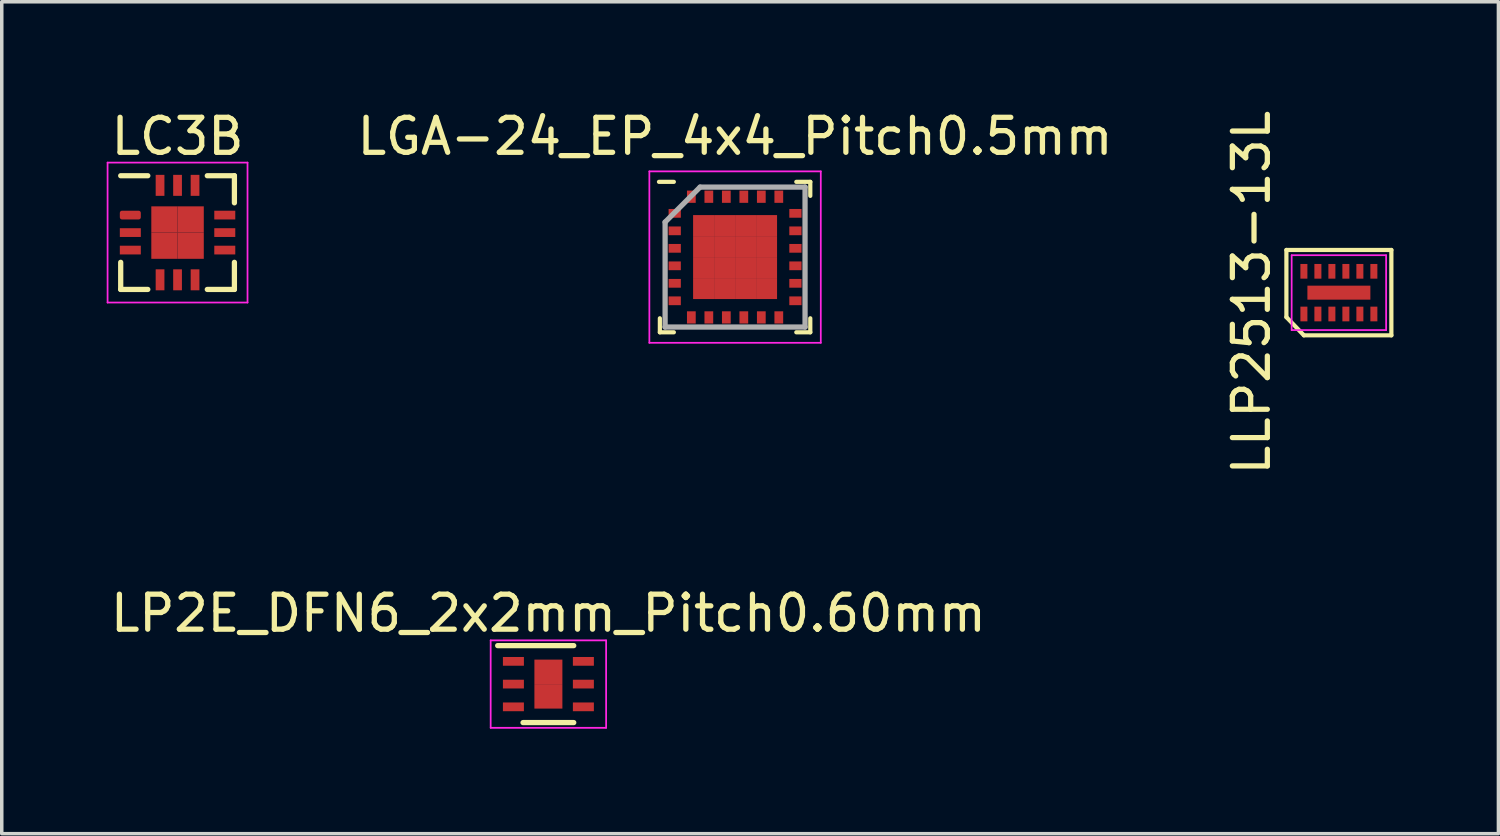
<source format=kicad_pcb>
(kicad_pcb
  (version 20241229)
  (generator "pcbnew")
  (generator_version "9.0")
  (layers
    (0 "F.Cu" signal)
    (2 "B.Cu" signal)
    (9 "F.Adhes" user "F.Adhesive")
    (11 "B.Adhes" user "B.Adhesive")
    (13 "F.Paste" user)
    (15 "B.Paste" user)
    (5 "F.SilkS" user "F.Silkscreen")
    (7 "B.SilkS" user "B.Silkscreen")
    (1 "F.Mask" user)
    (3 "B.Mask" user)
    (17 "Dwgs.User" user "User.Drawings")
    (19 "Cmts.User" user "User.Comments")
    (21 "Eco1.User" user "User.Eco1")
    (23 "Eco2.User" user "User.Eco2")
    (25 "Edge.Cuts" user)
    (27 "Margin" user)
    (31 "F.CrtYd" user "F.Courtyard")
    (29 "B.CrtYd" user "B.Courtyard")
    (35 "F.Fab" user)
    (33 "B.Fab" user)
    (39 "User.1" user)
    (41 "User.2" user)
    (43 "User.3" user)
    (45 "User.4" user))
  (footprint "LP2E_DFN6_2x2mm_Pitch0.60mm"
    (layer "F.Cu")
    (at 12.625 16.504)
    (property "Reference" "LP2E_DFN6_2x2mm_Pitch0.60mm" (at 0 -2.025 0) (layer "F.SilkS") (effects (font (size 1 1) (thickness 0.15))))
    (attr smd)
    (fp_line (start -1.45 -1.1) (end 0.725 -1.1) (stroke (width 0.15) (type solid)) (layer "F.SilkS"))
    (fp_line (start -0.725 1.1) (end 0.725 1.1) (stroke (width 0.15) (type solid)) (layer "F.SilkS"))
    (fp_line (start -1.65 -1.25) (end -1.65 1.25) (stroke (width 0.05) (type solid)) (layer "F.CrtYd"))
    (fp_line (start -1.65 -1.25) (end 1.65 -1.25) (stroke (width 0.05) (type solid)) (layer "F.CrtYd"))
    (fp_line (start -1.65 1.25) (end 1.65 1.25) (stroke (width 0.05) (type solid)) (layer "F.CrtYd"))
    (fp_line (start 1.65 -1.25) (end 1.65 1.25) (stroke (width 0.05) (type solid)) (layer "F.CrtYd"))
    (pad "1" smd rect (at -1 -0.65) (size 0.6 0.25) (layers "F.Cu" "F.Mask" "F.Paste"))
    (pad "2" smd rect (at -1 0) (size 0.6 0.25) (layers "F.Cu" "F.Mask" "F.Paste"))
    (pad "3" smd rect (at -1 0.65) (size 0.6 0.25) (layers "F.Cu" "F.Mask" "F.Paste"))
    (pad "4" smd rect (at 1 0.65) (size 0.6 0.25) (layers "F.Cu" "F.Mask" "F.Paste"))
    (pad "5" smd rect (at 1 0) (size 0.6 0.25) (layers "F.Cu" "F.Mask" "F.Paste"))
    (pad "6" smd rect (at 1 -0.65) (size 0.6 0.25) (layers "F.Cu" "F.Mask" "F.Paste"))
    (pad "7" smd rect (at 0 -0.35) (size 0.8 0.7) (layers "F.Cu" "F.Mask" "F.Paste"))
    (pad "7" smd rect (at 0 0.35) (size 0.8 0.7) (layers "F.Cu" "F.Mask" "F.Paste")))
  (footprint "LC3B"
    (layer "F.Cu")
    (at 2.025 3.598)
    (property "Reference" "LC3B" (at 0 -2.75 0) (layer "F.SilkS") (effects (font (size 1 1) (thickness 0.15))))
    (attr smd)
    (fp_line (start -1.625 -1.625) (end -0.85 -1.625) (stroke (width 0.15) (type solid)) (layer "F.SilkS"))
    (fp_line (start -1.625 1.625) (end -1.625 0.85) (stroke (width 0.15) (type solid)) (layer "F.SilkS"))
    (fp_line (start -1.625 1.625) (end -0.85 1.625) (stroke (width 0.15) (type solid)) (layer "F.SilkS"))
    (fp_line (start 1.625 -1.625) (end 0.85 -1.625) (stroke (width 0.15) (type solid)) (layer "F.SilkS"))
    (fp_line (start 1.625 -1.625) (end 1.625 -0.85) (stroke (width 0.15) (type solid)) (layer "F.SilkS"))
    (fp_line (start 1.625 1.625) (end 0.85 1.625) (stroke (width 0.15) (type solid)) (layer "F.SilkS"))
    (fp_line (start 1.625 1.625) (end 1.625 0.85) (stroke (width 0.15) (type solid)) (layer "F.SilkS"))
    (fp_line (start -2 -2) (end -2 2) (stroke (width 0.05) (type solid)) (layer "F.CrtYd"))
    (fp_line (start -2 -2) (end 2 -2) (stroke (width 0.05) (type solid)) (layer "F.CrtYd"))
    (fp_line (start -2 2) (end 2 2) (stroke (width 0.05) (type solid)) (layer "F.CrtYd"))
    (fp_line (start 2 -2) (end 2 2) (stroke (width 0.05) (type solid)) (layer "F.CrtYd"))
    (pad "1" smd roundrect (at -1.35 -0.5) (size 0.6 0.25) (layers "F.Cu" "F.Mask" "F.Paste") (roundrect_rratio 0.25))
    (pad "2" smd rect (at -1.35 0) (size 0.6 0.25) (layers "F.Cu" "F.Mask" "F.Paste"))
    (pad "3" smd rect (at -1.35 0.5) (size 0.6 0.25) (layers "F.Cu" "F.Mask" "F.Paste"))
    (pad "4" smd rect (at -0.5 1.35 90) (size 0.6 0.25) (layers "F.Cu" "F.Mask" "F.Paste"))
    (pad "5" smd rect (at 0 1.35 90) (size 0.6 0.25) (layers "F.Cu" "F.Mask" "F.Paste"))
    (pad "6" smd rect (at 0.5 1.35 90) (size 0.6 0.25) (layers "F.Cu" "F.Mask" "F.Paste"))
    (pad "7" smd rect (at 1.35 0.5) (size 0.6 0.25) (layers "F.Cu" "F.Mask" "F.Paste"))
    (pad "8" smd rect (at 1.35 0) (size 0.6 0.25) (layers "F.Cu" "F.Mask" "F.Paste"))
    (pad "9" smd rect (at 1.35 -0.5) (size 0.6 0.25) (layers "F.Cu" "F.Mask" "F.Paste"))
    (pad "10" smd rect (at 0.5 -1.35 90) (size 0.6 0.25) (layers "F.Cu" "F.Mask" "F.Paste"))
    (pad "11" smd rect (at 0 -1.35 90) (size 0.6 0.25) (layers "F.Cu" "F.Mask" "F.Paste"))
    (pad "12" smd rect (at -0.5 -1.35 90) (size 0.6 0.25) (layers "F.Cu" "F.Mask" "F.Paste"))
    (pad "13" smd rect (at -0.375 -0.375) (size 0.75 0.75) (layers "F.Cu" "F.Mask" "F.Paste"))
    (pad "13" smd rect (at -0.375 0.375) (size 0.75 0.75) (layers "F.Cu" "F.Mask" "F.Paste"))
    (pad "13" smd rect (at 0.375 -0.375) (size 0.75 0.75) (layers "F.Cu" "F.Mask" "F.Paste"))
    (pad "13" smd rect (at 0.375 0.375) (size 0.75 0.75) (layers "F.Cu" "F.Mask" "F.Paste")))
  (footprint "LGA-24_EP_4x4_Pitch0.5mm"
    (layer "F.Cu")
    (at 17.961 4.298)
    (property "Reference" "LGA-24_EP_4x4_Pitch0.5mm" (at 0 -3.45 0) (layer "F.SilkS") (effects (font (size 1 1) (thickness 0.15))))
    (attr smd)
    (fp_line (start -2.15 2.15) (end -2.15 1.75) (stroke (width 0.12) (type solid)) (layer "F.SilkS"))
    (fp_line (start -1.75 -2.15) (end -2.175 -2.15) (stroke (width 0.12) (type solid)) (layer "F.SilkS"))
    (fp_line (start -1.75 2.15) (end -2.15 2.15) (stroke (width 0.12) (type solid)) (layer "F.SilkS"))
    (fp_line (start 1.75 -2.15) (end 2.15 -2.15) (stroke (width 0.12) (type solid)) (layer "F.SilkS"))
    (fp_line (start 1.75 2.15) (end 2.15 2.15) (stroke (width 0.12) (type solid)) (layer "F.SilkS"))
    (fp_line (start 2.15 -2.15) (end 2.15 -1.75) (stroke (width 0.12) (type solid)) (layer "F.SilkS"))
    (fp_line (start 2.15 2.15) (end 2.15 1.75) (stroke (width 0.12) (type solid)) (layer "F.SilkS"))
    (fp_line (start -2.45 -2.45) (end 2.45 -2.45) (stroke (width 0.05) (type solid)) (layer "F.CrtYd"))
    (fp_line (start -2.45 2.45) (end -2.45 -2.45) (stroke (width 0.05) (type solid)) (layer "F.CrtYd"))
    (fp_line (start 2.45 -2.45) (end 2.45 2.45) (stroke (width 0.05) (type solid)) (layer "F.CrtYd"))
    (fp_line (start 2.45 2.45) (end -2.45 2.45) (stroke (width 0.05) (type solid)) (layer "F.CrtYd"))
    (fp_line (start -2 -1) (end -2 2) (stroke (width 0.15) (type solid)) (layer "F.Fab"))
    (fp_line (start -2 2) (end 2 2) (stroke (width 0.15) (type solid)) (layer "F.Fab"))
    (fp_line (start -1 -2) (end -2 -1) (stroke (width 0.15) (type solid)) (layer "F.Fab"))
    (fp_line (start 2 -2) (end -1 -2) (stroke (width 0.15) (type solid)) (layer "F.Fab"))
    (fp_line (start 2 2) (end 2 -2) (stroke (width 0.15) (type solid)) (layer "F.Fab"))
    (pad "1" smd rect (at -1.725 -1.25 90) (size 0.25 0.35) (layers "F.Cu" "F.Mask" "F.Paste"))
    (pad "2" smd rect (at -1.725 -0.75 90) (size 0.25 0.35) (layers "F.Cu" "F.Mask" "F.Paste"))
    (pad "3" smd rect (at -1.725 -0.25 90) (size 0.25 0.35) (layers "F.Cu" "F.Mask" "F.Paste"))
    (pad "4" smd rect (at -1.725 0.25 90) (size 0.25 0.35) (layers "F.Cu" "F.Mask" "F.Paste"))
    (pad "5" smd rect (at -1.725 0.75 90) (size 0.25 0.35) (layers "F.Cu" "F.Mask" "F.Paste"))
    (pad "6" smd rect (at -1.725 1.25 90) (size 0.25 0.35) (layers "F.Cu" "F.Mask" "F.Paste"))
    (pad "7" smd rect (at -1.25 1.725) (size 0.25 0.35) (layers "F.Cu" "F.Mask" "F.Paste"))
    (pad "8" smd rect (at -0.75 1.725) (size 0.25 0.35) (layers "F.Cu" "F.Mask" "F.Paste"))
    (pad "9" smd rect (at -0.25 1.725) (size 0.25 0.35) (layers "F.Cu" "F.Mask" "F.Paste"))
    (pad "10" smd rect (at 0.25 1.725) (size 0.25 0.35) (layers "F.Cu" "F.Mask" "F.Paste"))
    (pad "11" smd rect (at 0.75 1.725) (size 0.25 0.35) (layers "F.Cu" "F.Mask" "F.Paste"))
    (pad "12" smd rect (at 1.25 1.725) (size 0.25 0.35) (layers "F.Cu" "F.Mask" "F.Paste"))
    (pad "13" smd rect (at 1.725 1.25 90) (size 0.25 0.35) (layers "F.Cu" "F.Mask" "F.Paste"))
    (pad "14" smd rect (at 1.725 0.75 90) (size 0.25 0.35) (layers "F.Cu" "F.Mask" "F.Paste"))
    (pad "15" smd rect (at 1.725 0.25 90) (size 0.25 0.35) (layers "F.Cu" "F.Mask" "F.Paste"))
    (pad "16" smd rect (at 1.725 -0.25 90) (size 0.25 0.35) (layers "F.Cu" "F.Mask" "F.Paste"))
    (pad "17" smd rect (at 1.725 -0.75 90) (size 0.25 0.35) (layers "F.Cu" "F.Mask" "F.Paste"))
    (pad "18" smd rect (at 1.725 -1.25 90) (size 0.25 0.35) (layers "F.Cu" "F.Mask" "F.Paste"))
    (pad "19" smd rect (at 1.25 -1.725) (size 0.25 0.35) (layers "F.Cu" "F.Mask" "F.Paste"))
    (pad "20" smd rect (at 0.75 -1.725) (size 0.25 0.35) (layers "F.Cu" "F.Mask" "F.Paste"))
    (pad "21" smd rect (at 0.25 -1.725) (size 0.25 0.35) (layers "F.Cu" "F.Mask" "F.Paste"))
    (pad "22" smd rect (at -0.25 -1.725) (size 0.25 0.35) (layers "F.Cu" "F.Mask" "F.Paste"))
    (pad "23" smd rect (at -0.75 -1.725) (size 0.25 0.35) (layers "F.Cu" "F.Mask" "F.Paste"))
    (pad "24" smd rect (at -1.25 -1.725) (size 0.25 0.35) (layers "F.Cu" "F.Mask" "F.Paste"))
    (pad "25" smd rect (at -0.9 -0.9) (size 0.6 0.6) (layers "F.Cu" "F.Mask" "F.Paste"))
    (pad "25" smd rect (at -0.9 -0.3) (size 0.6 0.6) (layers "F.Cu" "F.Mask" "F.Paste"))
    (pad "25" smd rect (at -0.9 0.3) (size 0.6 0.6) (layers "F.Cu" "F.Mask" "F.Paste"))
    (pad "25" smd rect (at -0.9 0.9) (size 0.6 0.6) (layers "F.Cu" "F.Mask" "F.Paste"))
    (pad "25" smd rect (at -0.3 -0.9) (size 0.6 0.6) (layers "F.Cu" "F.Mask" "F.Paste"))
    (pad "25" smd rect (at -0.3 -0.3) (size 0.6 0.6) (layers "F.Cu" "F.Mask" "F.Paste"))
    (pad "25" smd rect (at -0.3 0.3) (size 0.6 0.6) (layers "F.Cu" "F.Mask" "F.Paste"))
    (pad "25" smd rect (at -0.3 0.9) (size 0.6 0.6) (layers "F.Cu" "F.Mask" "F.Paste"))
    (pad "25" smd rect (at 0.3 -0.9) (size 0.6 0.6) (layers "F.Cu" "F.Mask" "F.Paste"))
    (pad "25" smd rect (at 0.3 -0.3) (size 0.6 0.6) (layers "F.Cu" "F.Mask" "F.Paste"))
    (pad "25" smd rect (at 0.3 0.3) (size 0.6 0.6) (layers "F.Cu" "F.Mask" "F.Paste"))
    (pad "25" smd rect (at 0.3 0.9) (size 0.6 0.6) (layers "F.Cu" "F.Mask" "F.Paste"))
    (pad "25" smd rect (at 0.9 -0.9) (size 0.6 0.6) (layers "F.Cu" "F.Mask" "F.Paste"))
    (pad "25" smd rect (at 0.9 -0.3) (size 0.6 0.6) (layers "F.Cu" "F.Mask" "F.Paste"))
    (pad "25" smd rect (at 0.9 0.3) (size 0.6 0.6) (layers "F.Cu" "F.Mask" "F.Paste"))
    (pad "25" smd rect (at 0.9 0.9) (size 0.6 0.6) (layers "F.Cu" "F.Mask" "F.Paste")))
  (footprint "LLP2513-13L"
    (layer "F.Cu")
    (at 35.22 5.315)
    (property "Reference" "LLP2513-13L" (at -2.5 0 90) (layer "F.SilkS") (effects (font (size 1 1) (thickness 0.15))))
    (attr smd)
    (fp_line (start -1.5 -1.22) (end 1.5 -1.22) (stroke (width 0.12) (type solid)) (layer "F.SilkS"))
    (fp_line (start -1.5 0.7) (end -1.5 -1.22) (stroke (width 0.12) (type solid)) (layer "F.SilkS"))
    (fp_line (start -1 1.22) (end -1.5 0.7) (stroke (width 0.12) (type solid)) (layer "F.SilkS"))
    (fp_line (start 1.5 -1.22) (end 1.5 1.22) (stroke (width 0.12) (type solid)) (layer "F.SilkS"))
    (fp_line (start 1.5 1.22) (end -1 1.22) (stroke (width 0.12) (type solid)) (layer "F.SilkS"))
    (fp_line (start -1.35 -1.07) (end 1.35 -1.07) (stroke (width 0.05) (type solid)) (layer "F.CrtYd"))
    (fp_line (start -1.35 1.07) (end -1.35 -1.07) (stroke (width 0.05) (type solid)) (layer "F.CrtYd"))
    (fp_line (start 1.35 -1.07) (end 1.35 1.07) (stroke (width 0.05) (type solid)) (layer "F.CrtYd"))
    (fp_line (start 1.35 1.07) (end -1.35 1.07) (stroke (width 0.05) (type solid)) (layer "F.CrtYd"))
    (pad "1" smd rect (at -1 0.61) (size 0.2 0.42) (layers "F.Cu" "F.Mask" "F.Paste"))
    (pad "2" smd rect (at -0.6 0.61) (size 0.2 0.42) (layers "F.Cu" "F.Mask" "F.Paste"))
    (pad "3" smd rect (at -0.2 0.61) (size 0.2 0.42) (layers "F.Cu" "F.Mask" "F.Paste"))
    (pad "4" smd rect (at 0.2 0.61) (size 0.2 0.42) (layers "F.Cu" "F.Mask" "F.Paste"))
    (pad "5" smd rect (at 0.6 0.61) (size 0.2 0.42) (layers "F.Cu" "F.Mask" "F.Paste"))
    (pad "6" smd rect (at 1 0.61) (size 0.2 0.42) (layers "F.Cu" "F.Mask" "F.Paste"))
    (pad "7" smd rect (at 1 -0.61) (size 0.2 0.42) (layers "F.Cu" "F.Mask" "F.Paste"))
    (pad "8" smd rect (at 0.6 -0.61) (size 0.2 0.42) (layers "F.Cu" "F.Mask" "F.Paste"))
    (pad "9" smd rect (at 0.2 -0.61) (size 0.2 0.42) (layers "F.Cu" "F.Mask" "F.Paste"))
    (pad "10" smd rect (at -0.2 -0.61) (size 0.2 0.42) (layers "F.Cu" "F.Mask" "F.Paste"))
    (pad "11" smd rect (at -0.6 -0.61) (size 0.2 0.42) (layers "F.Cu" "F.Mask" "F.Paste"))
    (pad "12" smd rect (at -1 -0.61) (size 0.2 0.42) (layers "F.Cu" "F.Mask" "F.Paste"))
    (pad "13" smd rect (at 0 0) (size 1.8 0.4) (layers "F.Cu" "F.Mask" "F.Paste")))
  (gr_rect
    (start -3 -3)
    (end 39.78 20.779)
    (stroke (width 0.1) (type default))
    (fill no)
    (layer "Edge.Cuts")))
</source>
